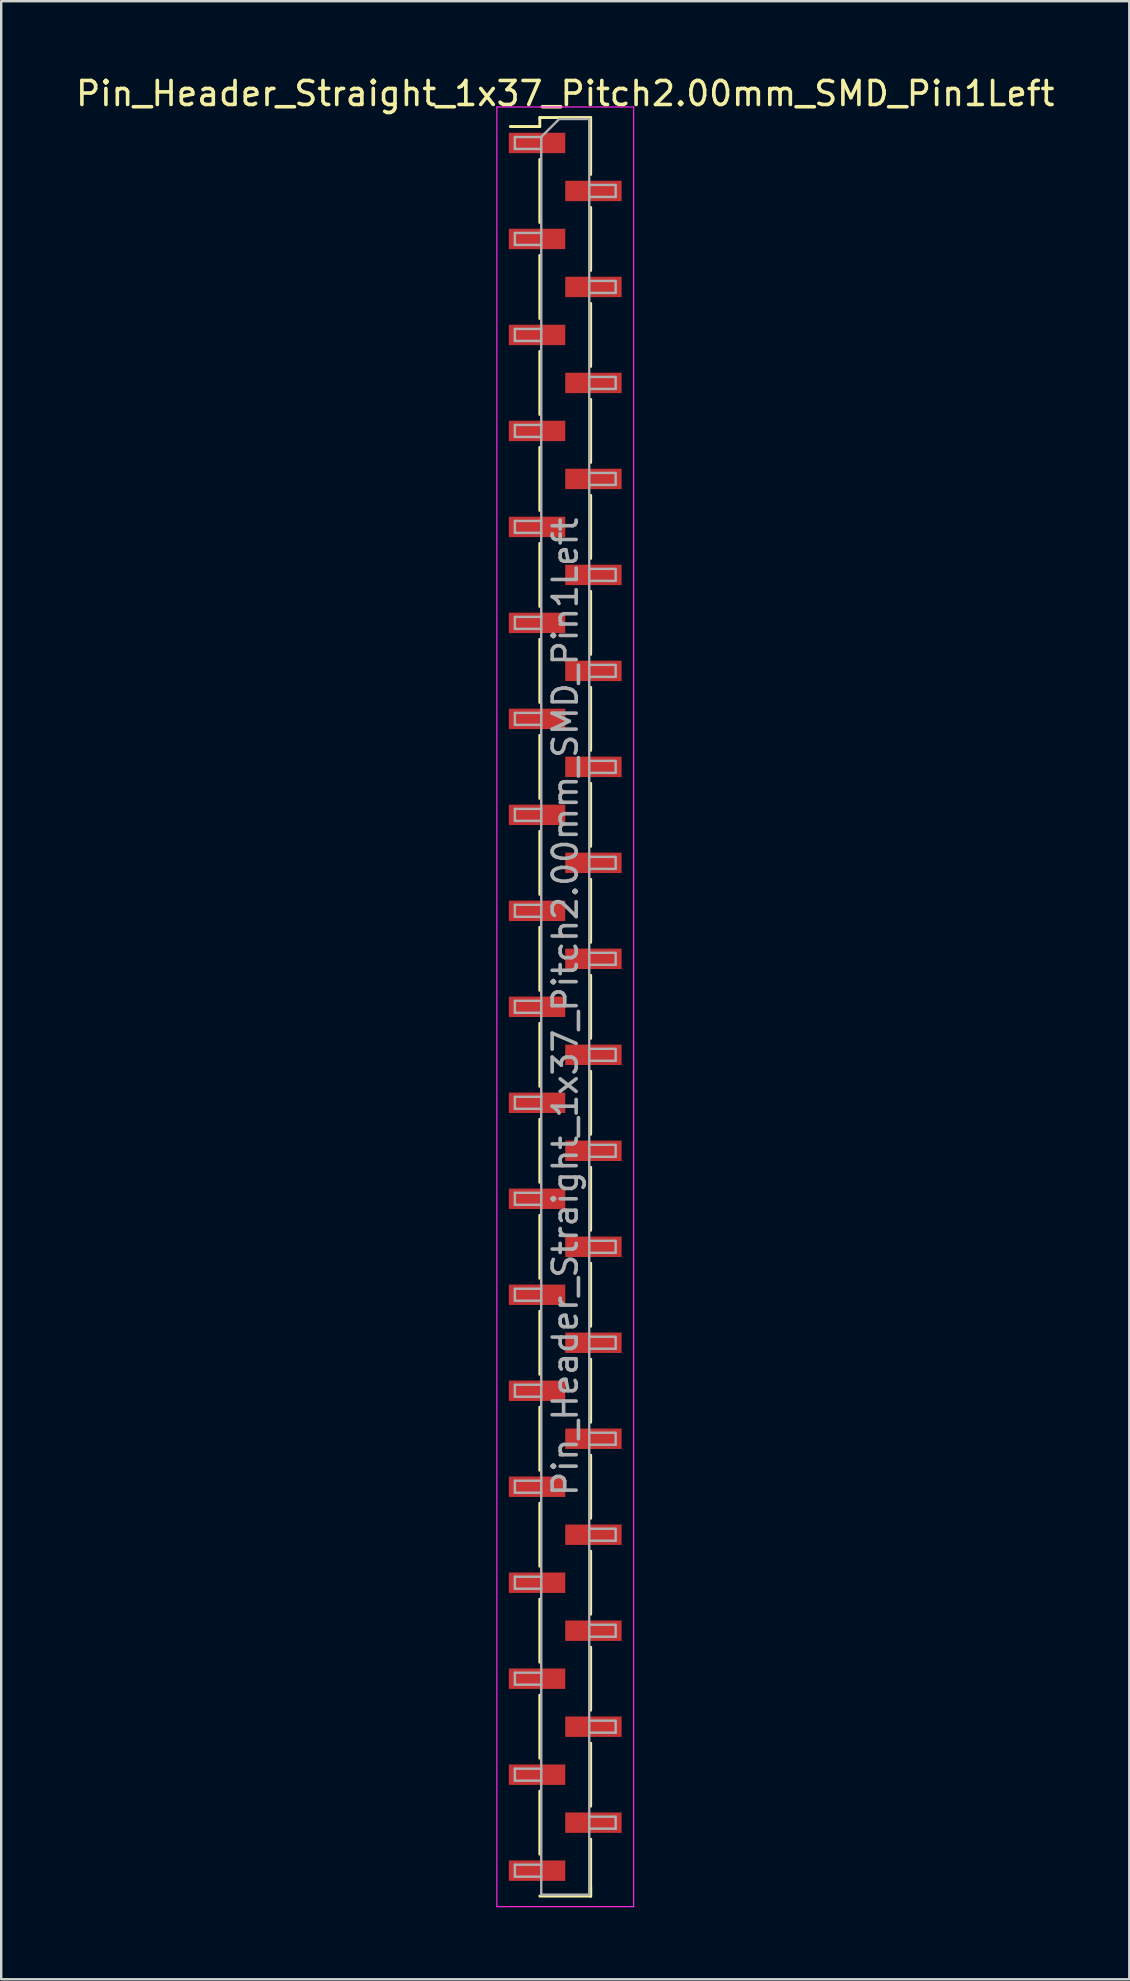
<source format=kicad_pcb>
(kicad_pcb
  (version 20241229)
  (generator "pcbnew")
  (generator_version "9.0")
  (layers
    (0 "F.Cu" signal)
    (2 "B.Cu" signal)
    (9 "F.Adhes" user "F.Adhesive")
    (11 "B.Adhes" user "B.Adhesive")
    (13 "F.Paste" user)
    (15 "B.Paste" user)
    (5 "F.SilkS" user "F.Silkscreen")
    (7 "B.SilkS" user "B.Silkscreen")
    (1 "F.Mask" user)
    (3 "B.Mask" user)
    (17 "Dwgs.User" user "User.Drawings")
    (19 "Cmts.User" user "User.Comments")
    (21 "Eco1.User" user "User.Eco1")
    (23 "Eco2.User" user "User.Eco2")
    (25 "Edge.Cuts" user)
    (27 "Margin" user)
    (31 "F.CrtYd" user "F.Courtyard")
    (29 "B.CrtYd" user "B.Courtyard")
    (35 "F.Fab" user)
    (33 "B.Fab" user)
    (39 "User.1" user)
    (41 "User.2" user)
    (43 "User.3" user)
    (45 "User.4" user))
  (footprint "Pin_Header_Straight_1x37_Pitch2.00mm_SMD_Pin1Left"
    (layer "F.Cu")
    (at 20.506 38.908)
    (property "Reference" "Pin_Header_Straight_1x37_Pitch2.00mm_SMD_Pin1Left" (at 0 -38.06 0) (layer "F.SilkS") (effects (font (size 1 1) (thickness 0.15))))
    (attr smd)
    (fp_line (start -1.06 -37.06) (end -1.06 -36.685) (stroke (width 0.12) (type solid)) (layer "F.SilkS"))
    (fp_line (start -1.06 -37.06) (end 1.06 -37.06) (stroke (width 0.12) (type solid)) (layer "F.SilkS"))
    (fp_line (start -1.06 -36.685) (end -2.29 -36.685) (stroke (width 0.12) (type solid)) (layer "F.SilkS"))
    (fp_line (start -1.06 -35.315) (end -1.06 -32.685) (stroke (width 0.12) (type solid)) (layer "F.SilkS"))
    (fp_line (start -1.06 -31.315) (end -1.06 -28.685) (stroke (width 0.12) (type solid)) (layer "F.SilkS"))
    (fp_line (start -1.06 -27.315) (end -1.06 -24.685) (stroke (width 0.12) (type solid)) (layer "F.SilkS"))
    (fp_line (start -1.06 -23.315) (end -1.06 -20.685) (stroke (width 0.12) (type solid)) (layer "F.SilkS"))
    (fp_line (start -1.06 -19.315) (end -1.06 -16.685) (stroke (width 0.12) (type solid)) (layer "F.SilkS"))
    (fp_line (start -1.06 -15.315) (end -1.06 -12.685) (stroke (width 0.12) (type solid)) (layer "F.SilkS"))
    (fp_line (start -1.06 -11.315) (end -1.06 -8.685) (stroke (width 0.12) (type solid)) (layer "F.SilkS"))
    (fp_line (start -1.06 -7.315) (end -1.06 -4.685) (stroke (width 0.12) (type solid)) (layer "F.SilkS"))
    (fp_line (start -1.06 -3.315) (end -1.06 -0.685) (stroke (width 0.12) (type solid)) (layer "F.SilkS"))
    (fp_line (start -1.06 0.685) (end -1.06 3.315) (stroke (width 0.12) (type solid)) (layer "F.SilkS"))
    (fp_line (start -1.06 4.685) (end -1.06 7.315) (stroke (width 0.12) (type solid)) (layer "F.SilkS"))
    (fp_line (start -1.06 8.685) (end -1.06 11.315) (stroke (width 0.12) (type solid)) (layer "F.SilkS"))
    (fp_line (start -1.06 12.685) (end -1.06 15.315) (stroke (width 0.12) (type solid)) (layer "F.SilkS"))
    (fp_line (start -1.06 16.685) (end -1.06 19.315) (stroke (width 0.12) (type solid)) (layer "F.SilkS"))
    (fp_line (start -1.06 20.685) (end -1.06 23.315) (stroke (width 0.12) (type solid)) (layer "F.SilkS"))
    (fp_line (start -1.06 24.685) (end -1.06 27.315) (stroke (width 0.12) (type solid)) (layer "F.SilkS"))
    (fp_line (start -1.06 28.685) (end -1.06 31.315) (stroke (width 0.12) (type solid)) (layer "F.SilkS"))
    (fp_line (start -1.06 32.685) (end -1.06 35.315) (stroke (width 0.12) (type solid)) (layer "F.SilkS"))
    (fp_line (start -1.06 37.06) (end 1.06 37.06) (stroke (width 0.12) (type solid)) (layer "F.SilkS"))
    (fp_line (start 1.06 -37.06) (end 1.06 -34.685) (stroke (width 0.12) (type solid)) (layer "F.SilkS"))
    (fp_line (start 1.06 -33.315) (end 1.06 -30.685) (stroke (width 0.12) (type solid)) (layer "F.SilkS"))
    (fp_line (start 1.06 -29.315) (end 1.06 -26.685) (stroke (width 0.12) (type solid)) (layer "F.SilkS"))
    (fp_line (start 1.06 -25.315) (end 1.06 -22.685) (stroke (width 0.12) (type solid)) (layer "F.SilkS"))
    (fp_line (start 1.06 -21.315) (end 1.06 -18.685) (stroke (width 0.12) (type solid)) (layer "F.SilkS"))
    (fp_line (start 1.06 -17.315) (end 1.06 -14.685) (stroke (width 0.12) (type solid)) (layer "F.SilkS"))
    (fp_line (start 1.06 -13.315) (end 1.06 -10.685) (stroke (width 0.12) (type solid)) (layer "F.SilkS"))
    (fp_line (start 1.06 -9.315) (end 1.06 -6.685) (stroke (width 0.12) (type solid)) (layer "F.SilkS"))
    (fp_line (start 1.06 -5.315) (end 1.06 -2.685) (stroke (width 0.12) (type solid)) (layer "F.SilkS"))
    (fp_line (start 1.06 -1.315) (end 1.06 1.315) (stroke (width 0.12) (type solid)) (layer "F.SilkS"))
    (fp_line (start 1.06 2.685) (end 1.06 5.315) (stroke (width 0.12) (type solid)) (layer "F.SilkS"))
    (fp_line (start 1.06 6.685) (end 1.06 9.315) (stroke (width 0.12) (type solid)) (layer "F.SilkS"))
    (fp_line (start 1.06 10.685) (end 1.06 13.315) (stroke (width 0.12) (type solid)) (layer "F.SilkS"))
    (fp_line (start 1.06 14.685) (end 1.06 17.315) (stroke (width 0.12) (type solid)) (layer "F.SilkS"))
    (fp_line (start 1.06 18.685) (end 1.06 21.315) (stroke (width 0.12) (type solid)) (layer "F.SilkS"))
    (fp_line (start 1.06 22.685) (end 1.06 25.315) (stroke (width 0.12) (type solid)) (layer "F.SilkS"))
    (fp_line (start 1.06 26.685) (end 1.06 29.315) (stroke (width 0.12) (type solid)) (layer "F.SilkS"))
    (fp_line (start 1.06 30.685) (end 1.06 33.315) (stroke (width 0.12) (type solid)) (layer "F.SilkS"))
    (fp_line (start 1.06 34.685) (end 1.06 37.06) (stroke (width 0.12) (type solid)) (layer "F.SilkS"))
    (fp_line (start 1.06 36.685) (end 1.06 37.06) (stroke (width 0.12) (type solid)) (layer "F.SilkS"))
    (fp_line (start -2.85 -37.5) (end -2.85 37.5) (stroke (width 0.05) (type solid)) (layer "F.CrtYd"))
    (fp_line (start -2.85 37.5) (end 2.85 37.5) (stroke (width 0.05) (type solid)) (layer "F.CrtYd"))
    (fp_line (start 2.85 -37.5) (end -2.85 -37.5) (stroke (width 0.05) (type solid)) (layer "F.CrtYd"))
    (fp_line (start 2.85 37.5) (end 2.85 -37.5) (stroke (width 0.05) (type solid)) (layer "F.CrtYd"))
    (fp_line (start -2.1 -36.25) (end -2.1 -35.75) (stroke (width 0.1) (type solid)) (layer "F.Fab"))
    (fp_line (start -2.1 -35.75) (end -1 -35.75) (stroke (width 0.1) (type solid)) (layer "F.Fab"))
    (fp_line (start -2.1 -32.25) (end -2.1 -31.75) (stroke (width 0.1) (type solid)) (layer "F.Fab"))
    (fp_line (start -2.1 -31.75) (end -1 -31.75) (stroke (width 0.1) (type solid)) (layer "F.Fab"))
    (fp_line (start -2.1 -28.25) (end -2.1 -27.75) (stroke (width 0.1) (type solid)) (layer "F.Fab"))
    (fp_line (start -2.1 -27.75) (end -1 -27.75) (stroke (width 0.1) (type solid)) (layer "F.Fab"))
    (fp_line (start -2.1 -24.25) (end -2.1 -23.75) (stroke (width 0.1) (type solid)) (layer "F.Fab"))
    (fp_line (start -2.1 -23.75) (end -1 -23.75) (stroke (width 0.1) (type solid)) (layer "F.Fab"))
    (fp_line (start -2.1 -20.25) (end -2.1 -19.75) (stroke (width 0.1) (type solid)) (layer "F.Fab"))
    (fp_line (start -2.1 -19.75) (end -1 -19.75) (stroke (width 0.1) (type solid)) (layer "F.Fab"))
    (fp_line (start -2.1 -16.25) (end -2.1 -15.75) (stroke (width 0.1) (type solid)) (layer "F.Fab"))
    (fp_line (start -2.1 -15.75) (end -1 -15.75) (stroke (width 0.1) (type solid)) (layer "F.Fab"))
    (fp_line (start -2.1 -12.25) (end -2.1 -11.75) (stroke (width 0.1) (type solid)) (layer "F.Fab"))
    (fp_line (start -2.1 -11.75) (end -1 -11.75) (stroke (width 0.1) (type solid)) (layer "F.Fab"))
    (fp_line (start -2.1 -8.25) (end -2.1 -7.75) (stroke (width 0.1) (type solid)) (layer "F.Fab"))
    (fp_line (start -2.1 -7.75) (end -1 -7.75) (stroke (width 0.1) (type solid)) (layer "F.Fab"))
    (fp_line (start -2.1 -4.25) (end -2.1 -3.75) (stroke (width 0.1) (type solid)) (layer "F.Fab"))
    (fp_line (start -2.1 -3.75) (end -1 -3.75) (stroke (width 0.1) (type solid)) (layer "F.Fab"))
    (fp_line (start -2.1 -0.25) (end -2.1 0.25) (stroke (width 0.1) (type solid)) (layer "F.Fab"))
    (fp_line (start -2.1 0.25) (end -1 0.25) (stroke (width 0.1) (type solid)) (layer "F.Fab"))
    (fp_line (start -2.1 3.75) (end -2.1 4.25) (stroke (width 0.1) (type solid)) (layer "F.Fab"))
    (fp_line (start -2.1 4.25) (end -1 4.25) (stroke (width 0.1) (type solid)) (layer "F.Fab"))
    (fp_line (start -2.1 7.75) (end -2.1 8.25) (stroke (width 0.1) (type solid)) (layer "F.Fab"))
    (fp_line (start -2.1 8.25) (end -1 8.25) (stroke (width 0.1) (type solid)) (layer "F.Fab"))
    (fp_line (start -2.1 11.75) (end -2.1 12.25) (stroke (width 0.1) (type solid)) (layer "F.Fab"))
    (fp_line (start -2.1 12.25) (end -1 12.25) (stroke (width 0.1) (type solid)) (layer "F.Fab"))
    (fp_line (start -2.1 15.75) (end -2.1 16.25) (stroke (width 0.1) (type solid)) (layer "F.Fab"))
    (fp_line (start -2.1 16.25) (end -1 16.25) (stroke (width 0.1) (type solid)) (layer "F.Fab"))
    (fp_line (start -2.1 19.75) (end -2.1 20.25) (stroke (width 0.1) (type solid)) (layer "F.Fab"))
    (fp_line (start -2.1 20.25) (end -1 20.25) (stroke (width 0.1) (type solid)) (layer "F.Fab"))
    (fp_line (start -2.1 23.75) (end -2.1 24.25) (stroke (width 0.1) (type solid)) (layer "F.Fab"))
    (fp_line (start -2.1 24.25) (end -1 24.25) (stroke (width 0.1) (type solid)) (layer "F.Fab"))
    (fp_line (start -2.1 27.75) (end -2.1 28.25) (stroke (width 0.1) (type solid)) (layer "F.Fab"))
    (fp_line (start -2.1 28.25) (end -1 28.25) (stroke (width 0.1) (type solid)) (layer "F.Fab"))
    (fp_line (start -2.1 31.75) (end -2.1 32.25) (stroke (width 0.1) (type solid)) (layer "F.Fab"))
    (fp_line (start -2.1 32.25) (end -1 32.25) (stroke (width 0.1) (type solid)) (layer "F.Fab"))
    (fp_line (start -2.1 35.75) (end -2.1 36.25) (stroke (width 0.1) (type solid)) (layer "F.Fab"))
    (fp_line (start -2.1 36.25) (end -1 36.25) (stroke (width 0.1) (type solid)) (layer "F.Fab"))
    (fp_line (start -1 -36.25) (end -2.1 -36.25) (stroke (width 0.1) (type solid)) (layer "F.Fab"))
    (fp_line (start -1 -36.25) (end -0.25 -37) (stroke (width 0.1) (type solid)) (layer "F.Fab"))
    (fp_line (start -1 -32.25) (end -2.1 -32.25) (stroke (width 0.1) (type solid)) (layer "F.Fab"))
    (fp_line (start -1 -28.25) (end -2.1 -28.25) (stroke (width 0.1) (type solid)) (layer "F.Fab"))
    (fp_line (start -1 -24.25) (end -2.1 -24.25) (stroke (width 0.1) (type solid)) (layer "F.Fab"))
    (fp_line (start -1 -20.25) (end -2.1 -20.25) (stroke (width 0.1) (type solid)) (layer "F.Fab"))
    (fp_line (start -1 -16.25) (end -2.1 -16.25) (stroke (width 0.1) (type solid)) (layer "F.Fab"))
    (fp_line (start -1 -12.25) (end -2.1 -12.25) (stroke (width 0.1) (type solid)) (layer "F.Fab"))
    (fp_line (start -1 -8.25) (end -2.1 -8.25) (stroke (width 0.1) (type solid)) (layer "F.Fab"))
    (fp_line (start -1 -4.25) (end -2.1 -4.25) (stroke (width 0.1) (type solid)) (layer "F.Fab"))
    (fp_line (start -1 -0.25) (end -2.1 -0.25) (stroke (width 0.1) (type solid)) (layer "F.Fab"))
    (fp_line (start -1 3.75) (end -2.1 3.75) (stroke (width 0.1) (type solid)) (layer "F.Fab"))
    (fp_line (start -1 7.75) (end -2.1 7.75) (stroke (width 0.1) (type solid)) (layer "F.Fab"))
    (fp_line (start -1 11.75) (end -2.1 11.75) (stroke (width 0.1) (type solid)) (layer "F.Fab"))
    (fp_line (start -1 15.75) (end -2.1 15.75) (stroke (width 0.1) (type solid)) (layer "F.Fab"))
    (fp_line (start -1 19.75) (end -2.1 19.75) (stroke (width 0.1) (type solid)) (layer "F.Fab"))
    (fp_line (start -1 23.75) (end -2.1 23.75) (stroke (width 0.1) (type solid)) (layer "F.Fab"))
    (fp_line (start -1 27.75) (end -2.1 27.75) (stroke (width 0.1) (type solid)) (layer "F.Fab"))
    (fp_line (start -1 31.75) (end -2.1 31.75) (stroke (width 0.1) (type solid)) (layer "F.Fab"))
    (fp_line (start -1 35.75) (end -2.1 35.75) (stroke (width 0.1) (type solid)) (layer "F.Fab"))
    (fp_line (start -1 37) (end -1 -36.25) (stroke (width 0.1) (type solid)) (layer "F.Fab"))
    (fp_line (start -0.25 -37) (end 1 -37) (stroke (width 0.1) (type solid)) (layer "F.Fab"))
    (fp_line (start 1 -37) (end 1 37) (stroke (width 0.1) (type solid)) (layer "F.Fab"))
    (fp_line (start 1 -34.25) (end 2.1 -34.25) (stroke (width 0.1) (type solid)) (layer "F.Fab"))
    (fp_line (start 1 -30.25) (end 2.1 -30.25) (stroke (width 0.1) (type solid)) (layer "F.Fab"))
    (fp_line (start 1 -26.25) (end 2.1 -26.25) (stroke (width 0.1) (type solid)) (layer "F.Fab"))
    (fp_line (start 1 -22.25) (end 2.1 -22.25) (stroke (width 0.1) (type solid)) (layer "F.Fab"))
    (fp_line (start 1 -18.25) (end 2.1 -18.25) (stroke (width 0.1) (type solid)) (layer "F.Fab"))
    (fp_line (start 1 -14.25) (end 2.1 -14.25) (stroke (width 0.1) (type solid)) (layer "F.Fab"))
    (fp_line (start 1 -10.25) (end 2.1 -10.25) (stroke (width 0.1) (type solid)) (layer "F.Fab"))
    (fp_line (start 1 -6.25) (end 2.1 -6.25) (stroke (width 0.1) (type solid)) (layer "F.Fab"))
    (fp_line (start 1 -2.25) (end 2.1 -2.25) (stroke (width 0.1) (type solid)) (layer "F.Fab"))
    (fp_line (start 1 1.75) (end 2.1 1.75) (stroke (width 0.1) (type solid)) (layer "F.Fab"))
    (fp_line (start 1 5.75) (end 2.1 5.75) (stroke (width 0.1) (type solid)) (layer "F.Fab"))
    (fp_line (start 1 9.75) (end 2.1 9.75) (stroke (width 0.1) (type solid)) (layer "F.Fab"))
    (fp_line (start 1 13.75) (end 2.1 13.75) (stroke (width 0.1) (type solid)) (layer "F.Fab"))
    (fp_line (start 1 17.75) (end 2.1 17.75) (stroke (width 0.1) (type solid)) (layer "F.Fab"))
    (fp_line (start 1 21.75) (end 2.1 21.75) (stroke (width 0.1) (type solid)) (layer "F.Fab"))
    (fp_line (start 1 25.75) (end 2.1 25.75) (stroke (width 0.1) (type solid)) (layer "F.Fab"))
    (fp_line (start 1 29.75) (end 2.1 29.75) (stroke (width 0.1) (type solid)) (layer "F.Fab"))
    (fp_line (start 1 33.75) (end 2.1 33.75) (stroke (width 0.1) (type solid)) (layer "F.Fab"))
    (fp_line (start 1 37) (end -1 37) (stroke (width 0.1) (type solid)) (layer "F.Fab"))
    (fp_line (start 2.1 -34.25) (end 2.1 -33.75) (stroke (width 0.1) (type solid)) (layer "F.Fab"))
    (fp_line (start 2.1 -33.75) (end 1 -33.75) (stroke (width 0.1) (type solid)) (layer "F.Fab"))
    (fp_line (start 2.1 -30.25) (end 2.1 -29.75) (stroke (width 0.1) (type solid)) (layer "F.Fab"))
    (fp_line (start 2.1 -29.75) (end 1 -29.75) (stroke (width 0.1) (type solid)) (layer "F.Fab"))
    (fp_line (start 2.1 -26.25) (end 2.1 -25.75) (stroke (width 0.1) (type solid)) (layer "F.Fab"))
    (fp_line (start 2.1 -25.75) (end 1 -25.75) (stroke (width 0.1) (type solid)) (layer "F.Fab"))
    (fp_line (start 2.1 -22.25) (end 2.1 -21.75) (stroke (width 0.1) (type solid)) (layer "F.Fab"))
    (fp_line (start 2.1 -21.75) (end 1 -21.75) (stroke (width 0.1) (type solid)) (layer "F.Fab"))
    (fp_line (start 2.1 -18.25) (end 2.1 -17.75) (stroke (width 0.1) (type solid)) (layer "F.Fab"))
    (fp_line (start 2.1 -17.75) (end 1 -17.75) (stroke (width 0.1) (type solid)) (layer "F.Fab"))
    (fp_line (start 2.1 -14.25) (end 2.1 -13.75) (stroke (width 0.1) (type solid)) (layer "F.Fab"))
    (fp_line (start 2.1 -13.75) (end 1 -13.75) (stroke (width 0.1) (type solid)) (layer "F.Fab"))
    (fp_line (start 2.1 -10.25) (end 2.1 -9.75) (stroke (width 0.1) (type solid)) (layer "F.Fab"))
    (fp_line (start 2.1 -9.75) (end 1 -9.75) (stroke (width 0.1) (type solid)) (layer "F.Fab"))
    (fp_line (start 2.1 -6.25) (end 2.1 -5.75) (stroke (width 0.1) (type solid)) (layer "F.Fab"))
    (fp_line (start 2.1 -5.75) (end 1 -5.75) (stroke (width 0.1) (type solid)) (layer "F.Fab"))
    (fp_line (start 2.1 -2.25) (end 2.1 -1.75) (stroke (width 0.1) (type solid)) (layer "F.Fab"))
    (fp_line (start 2.1 -1.75) (end 1 -1.75) (stroke (width 0.1) (type solid)) (layer "F.Fab"))
    (fp_line (start 2.1 1.75) (end 2.1 2.25) (stroke (width 0.1) (type solid)) (layer "F.Fab"))
    (fp_line (start 2.1 2.25) (end 1 2.25) (stroke (width 0.1) (type solid)) (layer "F.Fab"))
    (fp_line (start 2.1 5.75) (end 2.1 6.25) (stroke (width 0.1) (type solid)) (layer "F.Fab"))
    (fp_line (start 2.1 6.25) (end 1 6.25) (stroke (width 0.1) (type solid)) (layer "F.Fab"))
    (fp_line (start 2.1 9.75) (end 2.1 10.25) (stroke (width 0.1) (type solid)) (layer "F.Fab"))
    (fp_line (start 2.1 10.25) (end 1 10.25) (stroke (width 0.1) (type solid)) (layer "F.Fab"))
    (fp_line (start 2.1 13.75) (end 2.1 14.25) (stroke (width 0.1) (type solid)) (layer "F.Fab"))
    (fp_line (start 2.1 14.25) (end 1 14.25) (stroke (width 0.1) (type solid)) (layer "F.Fab"))
    (fp_line (start 2.1 17.75) (end 2.1 18.25) (stroke (width 0.1) (type solid)) (layer "F.Fab"))
    (fp_line (start 2.1 18.25) (end 1 18.25) (stroke (width 0.1) (type solid)) (layer "F.Fab"))
    (fp_line (start 2.1 21.75) (end 2.1 22.25) (stroke (width 0.1) (type solid)) (layer "F.Fab"))
    (fp_line (start 2.1 22.25) (end 1 22.25) (stroke (width 0.1) (type solid)) (layer "F.Fab"))
    (fp_line (start 2.1 25.75) (end 2.1 26.25) (stroke (width 0.1) (type solid)) (layer "F.Fab"))
    (fp_line (start 2.1 26.25) (end 1 26.25) (stroke (width 0.1) (type solid)) (layer "F.Fab"))
    (fp_line (start 2.1 29.75) (end 2.1 30.25) (stroke (width 0.1) (type solid)) (layer "F.Fab"))
    (fp_line (start 2.1 30.25) (end 1 30.25) (stroke (width 0.1) (type solid)) (layer "F.Fab"))
    (fp_line (start 2.1 33.75) (end 2.1 34.25) (stroke (width 0.1) (type solid)) (layer "F.Fab"))
    (fp_line (start 2.1 34.25) (end 1 34.25) (stroke (width 0.1) (type solid)) (layer "F.Fab"))
    (fp_text user "${REFERENCE}" (at 0 0 90) (layer "F.Fab") (effects (font (size 1 1) (thickness 0.15))))
    (pad "1" smd rect (at -1.175 -36) (size 2.35 0.85) (layers "F.Cu" "F.Mask" "F.Paste"))
    (pad "2" smd rect (at 1.175 -34) (size 2.35 0.85) (layers "F.Cu" "F.Mask" "F.Paste"))
    (pad "3" smd rect (at -1.175 -32) (size 2.35 0.85) (layers "F.Cu" "F.Mask" "F.Paste"))
    (pad "4" smd rect (at 1.175 -30) (size 2.35 0.85) (layers "F.Cu" "F.Mask" "F.Paste"))
    (pad "5" smd rect (at -1.175 -28) (size 2.35 0.85) (layers "F.Cu" "F.Mask" "F.Paste"))
    (pad "6" smd rect (at 1.175 -26) (size 2.35 0.85) (layers "F.Cu" "F.Mask" "F.Paste"))
    (pad "7" smd rect (at -1.175 -24) (size 2.35 0.85) (layers "F.Cu" "F.Mask" "F.Paste"))
    (pad "8" smd rect (at 1.175 -22) (size 2.35 0.85) (layers "F.Cu" "F.Mask" "F.Paste"))
    (pad "9" smd rect (at -1.175 -20) (size 2.35 0.85) (layers "F.Cu" "F.Mask" "F.Paste"))
    (pad "10" smd rect (at 1.175 -18) (size 2.35 0.85) (layers "F.Cu" "F.Mask" "F.Paste"))
    (pad "11" smd rect (at -1.175 -16) (size 2.35 0.85) (layers "F.Cu" "F.Mask" "F.Paste"))
    (pad "12" smd rect (at 1.175 -14) (size 2.35 0.85) (layers "F.Cu" "F.Mask" "F.Paste"))
    (pad "13" smd rect (at -1.175 -12) (size 2.35 0.85) (layers "F.Cu" "F.Mask" "F.Paste"))
    (pad "14" smd rect (at 1.175 -10) (size 2.35 0.85) (layers "F.Cu" "F.Mask" "F.Paste"))
    (pad "15" smd rect (at -1.175 -8) (size 2.35 0.85) (layers "F.Cu" "F.Mask" "F.Paste"))
    (pad "16" smd rect (at 1.175 -6) (size 2.35 0.85) (layers "F.Cu" "F.Mask" "F.Paste"))
    (pad "17" smd rect (at -1.175 -4) (size 2.35 0.85) (layers "F.Cu" "F.Mask" "F.Paste"))
    (pad "18" smd rect (at 1.175 -2) (size 2.35 0.85) (layers "F.Cu" "F.Mask" "F.Paste"))
    (pad "19" smd rect (at -1.175 0) (size 2.35 0.85) (layers "F.Cu" "F.Mask" "F.Paste"))
    (pad "20" smd rect (at 1.175 2) (size 2.35 0.85) (layers "F.Cu" "F.Mask" "F.Paste"))
    (pad "21" smd rect (at -1.175 4) (size 2.35 0.85) (layers "F.Cu" "F.Mask" "F.Paste"))
    (pad "22" smd rect (at 1.175 6) (size 2.35 0.85) (layers "F.Cu" "F.Mask" "F.Paste"))
    (pad "23" smd rect (at -1.175 8) (size 2.35 0.85) (layers "F.Cu" "F.Mask" "F.Paste"))
    (pad "24" smd rect (at 1.175 10) (size 2.35 0.85) (layers "F.Cu" "F.Mask" "F.Paste"))
    (pad "25" smd rect (at -1.175 12) (size 2.35 0.85) (layers "F.Cu" "F.Mask" "F.Paste"))
    (pad "26" smd rect (at 1.175 14) (size 2.35 0.85) (layers "F.Cu" "F.Mask" "F.Paste"))
    (pad "27" smd rect (at -1.175 16) (size 2.35 0.85) (layers "F.Cu" "F.Mask" "F.Paste"))
    (pad "28" smd rect (at 1.175 18) (size 2.35 0.85) (layers "F.Cu" "F.Mask" "F.Paste"))
    (pad "29" smd rect (at -1.175 20) (size 2.35 0.85) (layers "F.Cu" "F.Mask" "F.Paste"))
    (pad "30" smd rect (at 1.175 22) (size 2.35 0.85) (layers "F.Cu" "F.Mask" "F.Paste"))
    (pad "31" smd rect (at -1.175 24) (size 2.35 0.85) (layers "F.Cu" "F.Mask" "F.Paste"))
    (pad "32" smd rect (at 1.175 26) (size 2.35 0.85) (layers "F.Cu" "F.Mask" "F.Paste"))
    (pad "33" smd rect (at -1.175 28) (size 2.35 0.85) (layers "F.Cu" "F.Mask" "F.Paste"))
    (pad "34" smd rect (at 1.175 30) (size 2.35 0.85) (layers "F.Cu" "F.Mask" "F.Paste"))
    (pad "35" smd rect (at -1.175 32) (size 2.35 0.85) (layers "F.Cu" "F.Mask" "F.Paste"))
    (pad "36" smd rect (at 1.175 34) (size 2.35 0.85) (layers "F.Cu" "F.Mask" "F.Paste"))
    (pad "37" smd rect (at -1.175 36) (size 2.35 0.85) (layers "F.Cu" "F.Mask" "F.Paste")))
  (gr_rect
    (start -3 -3)
    (end 44.012 79.433)
    (stroke (width 0.1) (type default))
    (fill no)
    (layer "Edge.Cuts")))
</source>
